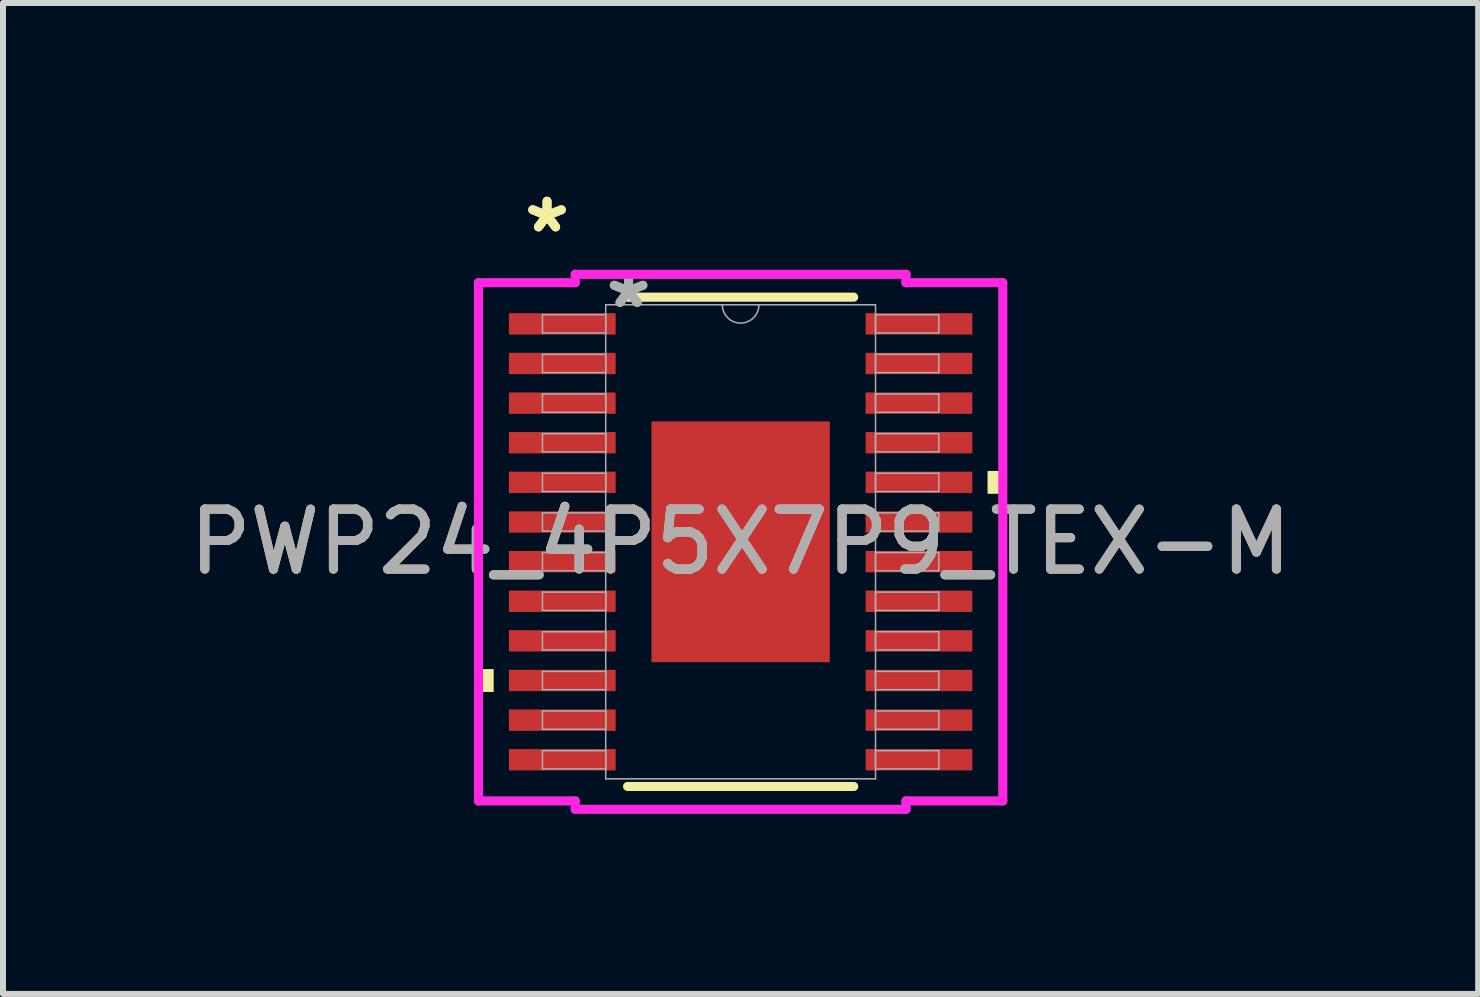
<source format=kicad_pcb>
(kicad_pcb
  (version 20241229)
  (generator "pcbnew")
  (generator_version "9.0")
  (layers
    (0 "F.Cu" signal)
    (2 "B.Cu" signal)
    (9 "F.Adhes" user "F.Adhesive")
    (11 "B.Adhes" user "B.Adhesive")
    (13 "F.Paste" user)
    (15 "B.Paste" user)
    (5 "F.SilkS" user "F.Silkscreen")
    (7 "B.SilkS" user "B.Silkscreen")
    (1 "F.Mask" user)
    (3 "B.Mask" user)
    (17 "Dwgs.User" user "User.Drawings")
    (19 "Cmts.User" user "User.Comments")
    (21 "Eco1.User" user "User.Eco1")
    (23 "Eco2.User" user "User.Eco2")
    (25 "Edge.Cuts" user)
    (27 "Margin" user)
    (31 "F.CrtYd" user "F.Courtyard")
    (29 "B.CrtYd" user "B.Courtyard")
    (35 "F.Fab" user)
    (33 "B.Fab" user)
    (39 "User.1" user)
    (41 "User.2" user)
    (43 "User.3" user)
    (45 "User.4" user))
  (footprint "PWP24_4P5X7P9_TEX-M"
    (layer "F.Cu")
    (at 9.292 5.979)
    (property "Reference" "PWP24_4P5X7P9_TEX-M" (at 0 0 0) (unlocked yes) (layer "F.SilkS") (effects (font (size 1 1) (thickness 0.15))))
    (attr smd)
    (fp_line (start -1.884 4.077) (end 1.884 4.077) (stroke (width 0.152) (type solid)) (layer "F.SilkS"))
    (fp_line (start 1.884 -4.077) (end -1.884 -4.077) (stroke (width 0.152) (type solid)) (layer "F.SilkS"))
    (fp_poly (pts (xy -4.369 2.121) (xy -4.369 2.502) (xy -4.115 2.502) (xy -4.115 2.121)) (stroke (width 0) (type solid)) (fill yes) (layer "F.SilkS"))
    (fp_poly (pts (xy 4.369 -1.181) (xy 4.369 -0.8) (xy 4.115 -0.8) (xy 4.115 -1.181)) (stroke (width 0) (type solid)) (fill yes) (layer "F.SilkS"))
    (fp_poly (pts (xy -1.386 -1.907) (xy -1.386 -0.769) (xy -0.1 -0.769) (xy -0.1 -1.907)) (stroke (width 0) (type solid)) (fill yes) (layer "F.Paste"))
    (fp_poly (pts (xy -1.386 -0.569) (xy -1.386 0.569) (xy -0.1 0.569) (xy -0.1 -0.569)) (stroke (width 0) (type solid)) (fill yes) (layer "F.Paste"))
    (fp_poly (pts (xy -1.386 0.769) (xy -1.386 1.907) (xy -0.1 1.907) (xy -0.1 0.769)) (stroke (width 0) (type solid)) (fill yes) (layer "F.Paste"))
    (fp_poly (pts (xy 0.1 -1.907) (xy 0.1 -0.769) (xy 1.386 -0.769) (xy 1.386 -1.907)) (stroke (width 0) (type solid)) (fill yes) (layer "F.Paste"))
    (fp_poly (pts (xy 0.1 -0.569) (xy 0.1 0.569) (xy 1.386 0.569) (xy 1.386 -0.569)) (stroke (width 0) (type solid)) (fill yes) (layer "F.Paste"))
    (fp_poly (pts (xy 0.1 0.769) (xy 0.1 1.907) (xy 1.386 1.907) (xy 1.386 0.769)) (stroke (width 0) (type solid)) (fill yes) (layer "F.Paste"))
    (fp_line (start -4.369 -4.318) (end -2.756 -4.318) (stroke (width 0.152) (type solid)) (layer "F.CrtYd"))
    (fp_line (start -4.369 4.318) (end -4.369 -4.318) (stroke (width 0.152) (type solid)) (layer "F.CrtYd"))
    (fp_line (start -4.369 4.318) (end -2.756 4.318) (stroke (width 0.152) (type solid)) (layer "F.CrtYd"))
    (fp_line (start -2.756 -4.458) (end 2.756 -4.458) (stroke (width 0.152) (type solid)) (layer "F.CrtYd"))
    (fp_line (start -2.756 -4.318) (end -2.756 -4.458) (stroke (width 0.152) (type solid)) (layer "F.CrtYd"))
    (fp_line (start -2.756 4.458) (end -2.756 4.318) (stroke (width 0.152) (type solid)) (layer "F.CrtYd"))
    (fp_line (start 2.756 -4.458) (end 2.756 -4.318) (stroke (width 0.152) (type solid)) (layer "F.CrtYd"))
    (fp_line (start 2.756 4.318) (end 2.756 4.458) (stroke (width 0.152) (type solid)) (layer "F.CrtYd"))
    (fp_line (start 2.756 4.458) (end -2.756 4.458) (stroke (width 0.152) (type solid)) (layer "F.CrtYd"))
    (fp_line (start 4.369 -4.318) (end 2.756 -4.318) (stroke (width 0.152) (type solid)) (layer "F.CrtYd"))
    (fp_line (start 4.369 -4.318) (end 4.369 4.318) (stroke (width 0.152) (type solid)) (layer "F.CrtYd"))
    (fp_line (start 4.369 4.318) (end 2.756 4.318) (stroke (width 0.152) (type solid)) (layer "F.CrtYd"))
    (fp_line (start -3.302 -3.785) (end -3.302 -3.48) (stroke (width 0.025) (type solid)) (layer "F.Fab"))
    (fp_line (start -3.302 -3.48) (end -2.248 -3.48) (stroke (width 0.025) (type solid)) (layer "F.Fab"))
    (fp_line (start -3.302 -3.124) (end -3.302 -2.819) (stroke (width 0.025) (type solid)) (layer "F.Fab"))
    (fp_line (start -3.302 -2.819) (end -2.248 -2.819) (stroke (width 0.025) (type solid)) (layer "F.Fab"))
    (fp_line (start -3.302 -2.464) (end -3.302 -2.159) (stroke (width 0.025) (type solid)) (layer "F.Fab"))
    (fp_line (start -3.302 -2.159) (end -2.248 -2.159) (stroke (width 0.025) (type solid)) (layer "F.Fab"))
    (fp_line (start -3.302 -1.803) (end -3.302 -1.499) (stroke (width 0.025) (type solid)) (layer "F.Fab"))
    (fp_line (start -3.302 -1.499) (end -2.248 -1.499) (stroke (width 0.025) (type solid)) (layer "F.Fab"))
    (fp_line (start -3.302 -1.143) (end -3.302 -0.838) (stroke (width 0.025) (type solid)) (layer "F.Fab"))
    (fp_line (start -3.302 -0.838) (end -2.248 -0.838) (stroke (width 0.025) (type solid)) (layer "F.Fab"))
    (fp_line (start -3.302 -0.483) (end -3.302 -0.178) (stroke (width 0.025) (type solid)) (layer "F.Fab"))
    (fp_line (start -3.302 -0.178) (end -2.248 -0.178) (stroke (width 0.025) (type solid)) (layer "F.Fab"))
    (fp_line (start -3.302 0.178) (end -3.302 0.483) (stroke (width 0.025) (type solid)) (layer "F.Fab"))
    (fp_line (start -3.302 0.483) (end -2.248 0.483) (stroke (width 0.025) (type solid)) (layer "F.Fab"))
    (fp_line (start -3.302 0.838) (end -3.302 1.143) (stroke (width 0.025) (type solid)) (layer "F.Fab"))
    (fp_line (start -3.302 1.143) (end -2.248 1.143) (stroke (width 0.025) (type solid)) (layer "F.Fab"))
    (fp_line (start -3.302 1.499) (end -3.302 1.803) (stroke (width 0.025) (type solid)) (layer "F.Fab"))
    (fp_line (start -3.302 1.803) (end -2.248 1.803) (stroke (width 0.025) (type solid)) (layer "F.Fab"))
    (fp_line (start -3.302 2.159) (end -3.302 2.464) (stroke (width 0.025) (type solid)) (layer "F.Fab"))
    (fp_line (start -3.302 2.464) (end -2.248 2.464) (stroke (width 0.025) (type solid)) (layer "F.Fab"))
    (fp_line (start -3.302 2.819) (end -3.302 3.124) (stroke (width 0.025) (type solid)) (layer "F.Fab"))
    (fp_line (start -3.302 3.124) (end -2.248 3.124) (stroke (width 0.025) (type solid)) (layer "F.Fab"))
    (fp_line (start -3.302 3.48) (end -3.302 3.785) (stroke (width 0.025) (type solid)) (layer "F.Fab"))
    (fp_line (start -3.302 3.785) (end -2.248 3.785) (stroke (width 0.025) (type solid)) (layer "F.Fab"))
    (fp_line (start -2.248 -3.95) (end -2.248 3.95) (stroke (width 0.025) (type solid)) (layer "F.Fab"))
    (fp_line (start -2.248 -3.785) (end -3.302 -3.785) (stroke (width 0.025) (type solid)) (layer "F.Fab"))
    (fp_line (start -2.248 -3.48) (end -2.248 -3.785) (stroke (width 0.025) (type solid)) (layer "F.Fab"))
    (fp_line (start -2.248 -3.124) (end -3.302 -3.124) (stroke (width 0.025) (type solid)) (layer "F.Fab"))
    (fp_line (start -2.248 -2.819) (end -2.248 -3.124) (stroke (width 0.025) (type solid)) (layer "F.Fab"))
    (fp_line (start -2.248 -2.464) (end -3.302 -2.464) (stroke (width 0.025) (type solid)) (layer "F.Fab"))
    (fp_line (start -2.248 -2.159) (end -2.248 -2.464) (stroke (width 0.025) (type solid)) (layer "F.Fab"))
    (fp_line (start -2.248 -1.803) (end -3.302 -1.803) (stroke (width 0.025) (type solid)) (layer "F.Fab"))
    (fp_line (start -2.248 -1.499) (end -2.248 -1.803) (stroke (width 0.025) (type solid)) (layer "F.Fab"))
    (fp_line (start -2.248 -1.143) (end -3.302 -1.143) (stroke (width 0.025) (type solid)) (layer "F.Fab"))
    (fp_line (start -2.248 -0.838) (end -2.248 -1.143) (stroke (width 0.025) (type solid)) (layer "F.Fab"))
    (fp_line (start -2.248 -0.483) (end -3.302 -0.483) (stroke (width 0.025) (type solid)) (layer "F.Fab"))
    (fp_line (start -2.248 -0.178) (end -2.248 -0.483) (stroke (width 0.025) (type solid)) (layer "F.Fab"))
    (fp_line (start -2.248 0.178) (end -3.302 0.178) (stroke (width 0.025) (type solid)) (layer "F.Fab"))
    (fp_line (start -2.248 0.483) (end -2.248 0.178) (stroke (width 0.025) (type solid)) (layer "F.Fab"))
    (fp_line (start -2.248 0.838) (end -3.302 0.838) (stroke (width 0.025) (type solid)) (layer "F.Fab"))
    (fp_line (start -2.248 1.143) (end -2.248 0.838) (stroke (width 0.025) (type solid)) (layer "F.Fab"))
    (fp_line (start -2.248 1.499) (end -3.302 1.499) (stroke (width 0.025) (type solid)) (layer "F.Fab"))
    (fp_line (start -2.248 1.803) (end -2.248 1.499) (stroke (width 0.025) (type solid)) (layer "F.Fab"))
    (fp_line (start -2.248 2.159) (end -3.302 2.159) (stroke (width 0.025) (type solid)) (layer "F.Fab"))
    (fp_line (start -2.248 2.464) (end -2.248 2.159) (stroke (width 0.025) (type solid)) (layer "F.Fab"))
    (fp_line (start -2.248 2.819) (end -3.302 2.819) (stroke (width 0.025) (type solid)) (layer "F.Fab"))
    (fp_line (start -2.248 3.124) (end -2.248 2.819) (stroke (width 0.025) (type solid)) (layer "F.Fab"))
    (fp_line (start -2.248 3.48) (end -3.302 3.48) (stroke (width 0.025) (type solid)) (layer "F.Fab"))
    (fp_line (start -2.248 3.785) (end -2.248 3.48) (stroke (width 0.025) (type solid)) (layer "F.Fab"))
    (fp_line (start -2.248 3.95) (end 2.248 3.95) (stroke (width 0.025) (type solid)) (layer "F.Fab"))
    (fp_line (start 2.248 -3.95) (end -2.248 -3.95) (stroke (width 0.025) (type solid)) (layer "F.Fab"))
    (fp_line (start 2.248 -3.785) (end 2.248 -3.48) (stroke (width 0.025) (type solid)) (layer "F.Fab"))
    (fp_line (start 2.248 -3.48) (end 3.302 -3.48) (stroke (width 0.025) (type solid)) (layer "F.Fab"))
    (fp_line (start 2.248 -3.124) (end 2.248 -2.819) (stroke (width 0.025) (type solid)) (layer "F.Fab"))
    (fp_line (start 2.248 -2.819) (end 3.302 -2.819) (stroke (width 0.025) (type solid)) (layer "F.Fab"))
    (fp_line (start 2.248 -2.464) (end 2.248 -2.159) (stroke (width 0.025) (type solid)) (layer "F.Fab"))
    (fp_line (start 2.248 -2.159) (end 3.302 -2.159) (stroke (width 0.025) (type solid)) (layer "F.Fab"))
    (fp_line (start 2.248 -1.803) (end 2.248 -1.499) (stroke (width 0.025) (type solid)) (layer "F.Fab"))
    (fp_line (start 2.248 -1.499) (end 3.302 -1.499) (stroke (width 0.025) (type solid)) (layer "F.Fab"))
    (fp_line (start 2.248 -1.143) (end 2.248 -0.838) (stroke (width 0.025) (type solid)) (layer "F.Fab"))
    (fp_line (start 2.248 -0.838) (end 3.302 -0.838) (stroke (width 0.025) (type solid)) (layer "F.Fab"))
    (fp_line (start 2.248 -0.483) (end 2.248 -0.178) (stroke (width 0.025) (type solid)) (layer "F.Fab"))
    (fp_line (start 2.248 -0.178) (end 3.302 -0.178) (stroke (width 0.025) (type solid)) (layer "F.Fab"))
    (fp_line (start 2.248 0.178) (end 2.248 0.483) (stroke (width 0.025) (type solid)) (layer "F.Fab"))
    (fp_line (start 2.248 0.483) (end 3.302 0.483) (stroke (width 0.025) (type solid)) (layer "F.Fab"))
    (fp_line (start 2.248 0.838) (end 2.248 1.143) (stroke (width 0.025) (type solid)) (layer "F.Fab"))
    (fp_line (start 2.248 1.143) (end 3.302 1.143) (stroke (width 0.025) (type solid)) (layer "F.Fab"))
    (fp_line (start 2.248 1.499) (end 2.248 1.803) (stroke (width 0.025) (type solid)) (layer "F.Fab"))
    (fp_line (start 2.248 1.803) (end 3.302 1.803) (stroke (width 0.025) (type solid)) (layer "F.Fab"))
    (fp_line (start 2.248 2.159) (end 2.248 2.464) (stroke (width 0.025) (type solid)) (layer "F.Fab"))
    (fp_line (start 2.248 2.464) (end 3.302 2.464) (stroke (width 0.025) (type solid)) (layer "F.Fab"))
    (fp_line (start 2.248 2.819) (end 2.248 3.124) (stroke (width 0.025) (type solid)) (layer "F.Fab"))
    (fp_line (start 2.248 3.124) (end 3.302 3.124) (stroke (width 0.025) (type solid)) (layer "F.Fab"))
    (fp_line (start 2.248 3.48) (end 2.248 3.785) (stroke (width 0.025) (type solid)) (layer "F.Fab"))
    (fp_line (start 2.248 3.785) (end 3.302 3.785) (stroke (width 0.025) (type solid)) (layer "F.Fab"))
    (fp_line (start 2.248 3.95) (end 2.248 -3.95) (stroke (width 0.025) (type solid)) (layer "F.Fab"))
    (fp_line (start 3.302 -3.785) (end 2.248 -3.785) (stroke (width 0.025) (type solid)) (layer "F.Fab"))
    (fp_line (start 3.302 -3.48) (end 3.302 -3.785) (stroke (width 0.025) (type solid)) (layer "F.Fab"))
    (fp_line (start 3.302 -3.124) (end 2.248 -3.124) (stroke (width 0.025) (type solid)) (layer "F.Fab"))
    (fp_line (start 3.302 -2.819) (end 3.302 -3.124) (stroke (width 0.025) (type solid)) (layer "F.Fab"))
    (fp_line (start 3.302 -2.464) (end 2.248 -2.464) (stroke (width 0.025) (type solid)) (layer "F.Fab"))
    (fp_line (start 3.302 -2.159) (end 3.302 -2.464) (stroke (width 0.025) (type solid)) (layer "F.Fab"))
    (fp_line (start 3.302 -1.803) (end 2.248 -1.803) (stroke (width 0.025) (type solid)) (layer "F.Fab"))
    (fp_line (start 3.302 -1.499) (end 3.302 -1.803) (stroke (width 0.025) (type solid)) (layer "F.Fab"))
    (fp_line (start 3.302 -1.143) (end 2.248 -1.143) (stroke (width 0.025) (type solid)) (layer "F.Fab"))
    (fp_line (start 3.302 -0.838) (end 3.302 -1.143) (stroke (width 0.025) (type solid)) (layer "F.Fab"))
    (fp_line (start 3.302 -0.483) (end 2.248 -0.483) (stroke (width 0.025) (type solid)) (layer "F.Fab"))
    (fp_line (start 3.302 -0.178) (end 3.302 -0.483) (stroke (width 0.025) (type solid)) (layer "F.Fab"))
    (fp_line (start 3.302 0.178) (end 2.248 0.178) (stroke (width 0.025) (type solid)) (layer "F.Fab"))
    (fp_line (start 3.302 0.483) (end 3.302 0.178) (stroke (width 0.025) (type solid)) (layer "F.Fab"))
    (fp_line (start 3.302 0.838) (end 2.248 0.838) (stroke (width 0.025) (type solid)) (layer "F.Fab"))
    (fp_line (start 3.302 1.143) (end 3.302 0.838) (stroke (width 0.025) (type solid)) (layer "F.Fab"))
    (fp_line (start 3.302 1.499) (end 2.248 1.499) (stroke (width 0.025) (type solid)) (layer "F.Fab"))
    (fp_line (start 3.302 1.803) (end 3.302 1.499) (stroke (width 0.025) (type solid)) (layer "F.Fab"))
    (fp_line (start 3.302 2.159) (end 2.248 2.159) (stroke (width 0.025) (type solid)) (layer "F.Fab"))
    (fp_line (start 3.302 2.464) (end 3.302 2.159) (stroke (width 0.025) (type solid)) (layer "F.Fab"))
    (fp_line (start 3.302 2.819) (end 2.248 2.819) (stroke (width 0.025) (type solid)) (layer "F.Fab"))
    (fp_line (start 3.302 3.124) (end 3.302 2.819) (stroke (width 0.025) (type solid)) (layer "F.Fab"))
    (fp_line (start 3.302 3.48) (end 2.248 3.48) (stroke (width 0.025) (type solid)) (layer "F.Fab"))
    (fp_line (start 3.302 3.785) (end 3.302 3.48) (stroke (width 0.025) (type solid)) (layer "F.Fab"))
    (fp_arc (start 0.3048 -3.9497) (mid 0 -3.6449) (end -0.3048 -3.9497) (stroke (width 0.0254) (type solid)) (layer "F.Fab"))
    (fp_text user "*" (at -3.226 -5.131 0) (unlocked yes) (layer "F.SilkS") (effects (font (size 1 1) (thickness 0.15))))
    (fp_text user "*" (at -3.226 -5.131 0) (layer "F.SilkS") (effects (font (size 1 1) (thickness 0.15))))
    (fp_text user "*" (at -1.867 -3.873 0) (layer "F.Fab") (effects (font (size 1 1) (thickness 0.15))))
    (fp_text user "${REFERENCE}" (at 0 0 0) (unlocked yes) (layer "F.Fab") (effects (font (size 1 1) (thickness 0.15))))
    (fp_text user "*" (at -1.867 -3.873 0) (unlocked yes) (layer "F.Fab") (effects (font (size 1 1) (thickness 0.15))))
    (pad "1" smd rect (at -2.972 -3.632) (size 1.778 0.356) (layers "F.Cu" "F.Mask" "F.Paste"))
    (pad "2" smd rect (at -2.972 -2.972) (size 1.778 0.356) (layers "F.Cu" "F.Mask" "F.Paste"))
    (pad "3" smd rect (at -2.972 -2.311) (size 1.778 0.356) (layers "F.Cu" "F.Mask" "F.Paste"))
    (pad "4" smd rect (at -2.972 -1.651) (size 1.778 0.356) (layers "F.Cu" "F.Mask" "F.Paste"))
    (pad "5" smd rect (at -2.972 -0.991) (size 1.778 0.356) (layers "F.Cu" "F.Mask" "F.Paste"))
    (pad "6" smd rect (at -2.972 -0.33) (size 1.778 0.356) (layers "F.Cu" "F.Mask" "F.Paste"))
    (pad "7" smd rect (at -2.972 0.33) (size 1.778 0.356) (layers "F.Cu" "F.Mask" "F.Paste"))
    (pad "8" smd rect (at -2.972 0.991) (size 1.778 0.356) (layers "F.Cu" "F.Mask" "F.Paste"))
    (pad "9" smd rect (at -2.972 1.651) (size 1.778 0.356) (layers "F.Cu" "F.Mask" "F.Paste"))
    (pad "10" smd rect (at -2.972 2.311) (size 1.778 0.356) (layers "F.Cu" "F.Mask" "F.Paste"))
    (pad "11" smd rect (at -2.972 2.972) (size 1.778 0.356) (layers "F.Cu" "F.Mask" "F.Paste"))
    (pad "12" smd rect (at -2.972 3.632) (size 1.778 0.356) (layers "F.Cu" "F.Mask" "F.Paste"))
    (pad "13" smd rect (at 2.972 3.632) (size 1.778 0.356) (layers "F.Cu" "F.Mask" "F.Paste"))
    (pad "14" smd rect (at 2.972 2.972) (size 1.778 0.356) (layers "F.Cu" "F.Mask" "F.Paste"))
    (pad "15" smd rect (at 2.972 2.311) (size 1.778 0.356) (layers "F.Cu" "F.Mask" "F.Paste"))
    (pad "16" smd rect (at 2.972 1.651) (size 1.778 0.356) (layers "F.Cu" "F.Mask" "F.Paste"))
    (pad "17" smd rect (at 2.972 0.991) (size 1.778 0.356) (layers "F.Cu" "F.Mask" "F.Paste"))
    (pad "18" smd rect (at 2.972 0.33) (size 1.778 0.356) (layers "F.Cu" "F.Mask" "F.Paste"))
    (pad "19" smd rect (at 2.972 -0.33) (size 1.778 0.356) (layers "F.Cu" "F.Mask" "F.Paste"))
    (pad "20" smd rect (at 2.972 -0.991) (size 1.778 0.356) (layers "F.Cu" "F.Mask" "F.Paste"))
    (pad "21" smd rect (at 2.972 -1.651) (size 1.778 0.356) (layers "F.Cu" "F.Mask" "F.Paste"))
    (pad "22" smd rect (at 2.972 -2.311) (size 1.778 0.356) (layers "F.Cu" "F.Mask" "F.Paste"))
    (pad "23" smd rect (at 2.972 -2.972) (size 1.778 0.356) (layers "F.Cu" "F.Mask" "F.Paste"))
    (pad "24" smd rect (at 2.972 -3.632) (size 1.778 0.356) (layers "F.Cu" "F.Mask" "F.Paste"))
    (pad "EPAD" smd rect (at 0 0) (size 2.972 4.013) (layers "F.Cu" "F.Mask")))
  (gr_rect
    (start -3 -3)
    (end 21.583 13.513)
    (stroke (width 0.1) (type default))
    (fill no)
    (layer "Edge.Cuts")))
</source>
